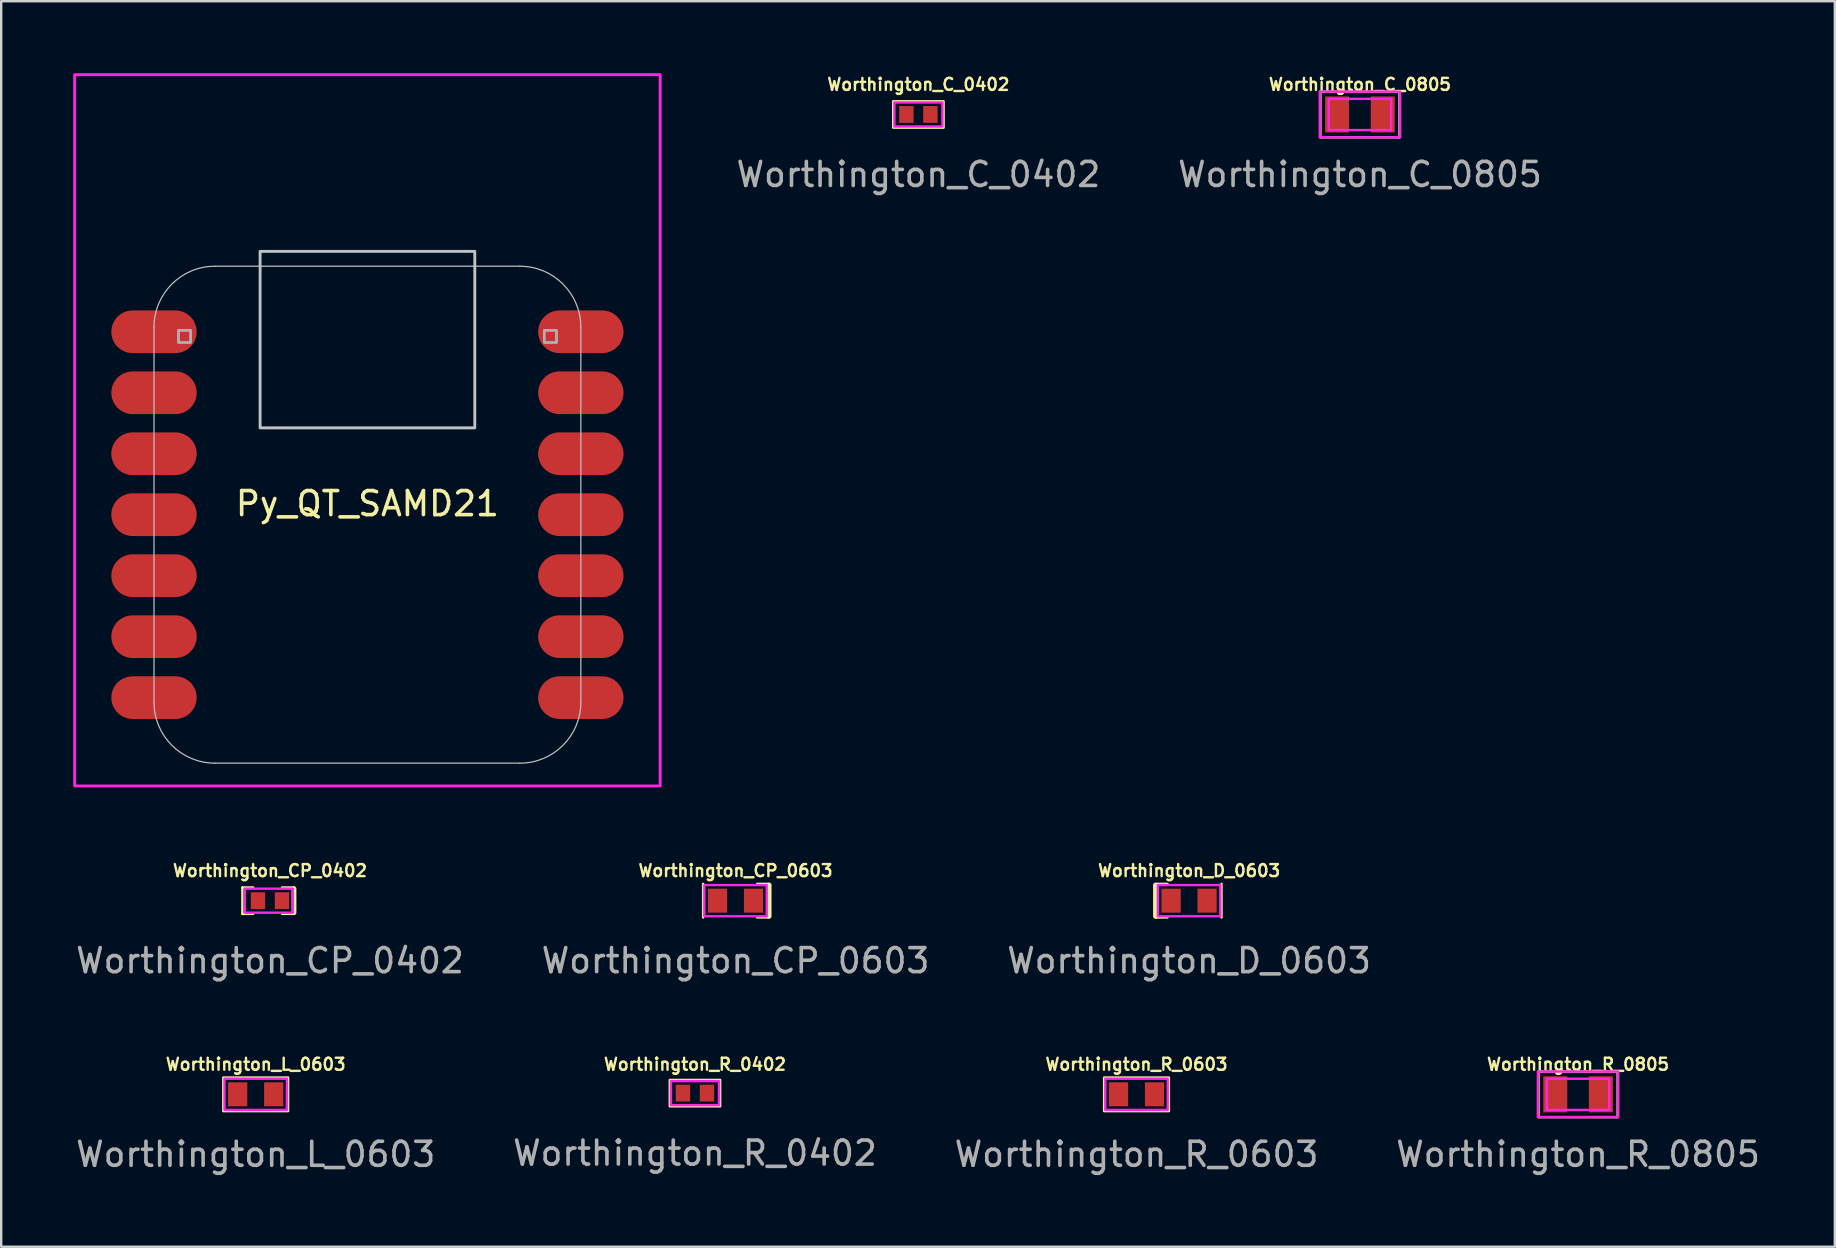
<source format=kicad_pcb>
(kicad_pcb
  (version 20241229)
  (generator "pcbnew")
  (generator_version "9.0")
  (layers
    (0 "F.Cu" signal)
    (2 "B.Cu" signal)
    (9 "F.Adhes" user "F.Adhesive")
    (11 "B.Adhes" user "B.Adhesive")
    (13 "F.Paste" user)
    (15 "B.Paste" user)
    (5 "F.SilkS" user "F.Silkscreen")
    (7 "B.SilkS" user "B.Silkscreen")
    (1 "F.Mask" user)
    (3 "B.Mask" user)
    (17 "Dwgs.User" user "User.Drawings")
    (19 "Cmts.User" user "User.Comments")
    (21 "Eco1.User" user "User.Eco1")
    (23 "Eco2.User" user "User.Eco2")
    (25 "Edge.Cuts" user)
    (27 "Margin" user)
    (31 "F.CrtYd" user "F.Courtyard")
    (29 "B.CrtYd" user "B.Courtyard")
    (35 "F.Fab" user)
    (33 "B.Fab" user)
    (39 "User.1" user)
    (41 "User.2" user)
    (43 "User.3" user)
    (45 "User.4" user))
  (footprint "Worthington_R_0603"
    (layer "F.Cu")
    (at 44.292 42.534)
    (property "Reference" "Worthington_R_0603" (at 0 -1.25 0) (unlocked yes) (layer "F.SilkS") (effects (font (size 0.5 0.5) (thickness 0.1))))
    (attr smd)
    (fp_rect (start -1.35 -0.7) (end 1.35 0.7) (stroke (width 0.1) (type solid)) (fill no) (layer "F.SilkS"))
    (fp_rect (start -1.3 -0.65) (end 1.3 0.65) (stroke (width 0.1) (type solid)) (fill no) (layer "F.CrtYd"))
    (fp_text user "${REFERENCE}" (at 0 2.5 0) (unlocked yes) (layer "F.Fab") (effects (font (size 1 1) (thickness 0.15))))
    (pad "1" smd rect (at -0.75 0) (size 0.8 1) (layers "F.Cu" "F.Mask" "F.Paste"))
    (pad "2" smd rect (at 0.75 0) (size 0.8 1) (layers "F.Cu" "F.Mask" "F.Paste")))
  (footprint "Worthington_C_0805"
    (layer "F.Cu")
    (at 53.599 1.718)
    (property "Reference" "Worthington_C_0805" (at 0 -1.25 0) (unlocked yes) (layer "F.SilkS") (effects (font (size 0.5 0.5) (thickness 0.1))))
    (attr smd)
    (fp_line (start -1.65 0.95) (end -1.65 -0.95) (stroke (width 0.1) (type solid)) (layer "F.SilkS"))
    (fp_line (start 1.65 -0.95) (end -1.65 -0.95) (stroke (width 0.1) (type default)) (layer "F.SilkS"))
    (fp_line (start 1.65 -0.95) (end 1.65 0.95) (stroke (width 0.1) (type default)) (layer "F.SilkS"))
    (fp_line (start 1.65 0.95) (end -1.65 0.95) (stroke (width 0.1) (type default)) (layer "F.SilkS"))
    (fp_rect (start -1.675 -0.95) (end 1.675 0.95) (stroke (width 0.1) (type solid)) (fill no) (layer "F.CrtYd"))
    (fp_rect (start -1.3 -0.65) (end 1.3 0.65) (stroke (width 0.1) (type solid)) (fill no) (layer "F.CrtYd"))
    (fp_text user "${REFERENCE}" (at 0 2.5 0) (unlocked yes) (layer "F.Fab") (effects (font (size 1 1) (thickness 0.15))))
    (pad "1" smd rect (at -0.95 0) (size 1 1.5) (layers "F.Cu" "F.Mask" "F.Paste"))
    (pad "2" smd rect (at 0.95 0) (size 1 1.5) (layers "F.Cu" "F.Mask" "F.Paste")))
  (footprint "Worthington_C_0402"
    (layer "F.Cu")
    (at 35.206 1.718)
    (property "Reference" "Worthington_C_0402" (at 0 -1.25 0) (unlocked yes) (layer "F.SilkS") (effects (font (size 0.5 0.5) (thickness 0.1))))
    (attr smd)
    (fp_rect (start -1.05 -0.55) (end 1.05 0.55) (stroke (width 0.1) (type solid)) (fill no) (layer "F.SilkS"))
    (fp_rect (start -1 -0.5) (end 1 0.5) (stroke (width 0.1) (type solid)) (fill no) (layer "F.CrtYd"))
    (fp_text user "${REFERENCE}" (at 0 2.5 0) (unlocked yes) (layer "F.Fab") (effects (font (size 1 1) (thickness 0.15))))
    (pad "1" smd rect (at -0.5 0) (size 0.6 0.7) (layers "F.Cu" "F.Mask" "F.Paste"))
    (pad "2" smd rect (at 0.5 0) (size 0.6 0.7) (layers "F.Cu" "F.Mask" "F.Paste")))
  (footprint "Worthington_CP_0402"
    (layer "F.Cu")
    (at 8.196 34.468)
    (property "Reference" "Worthington_CP_0402" (at 0 -1.25 0) (unlocked yes) (layer "F.SilkS") (effects (font (size 0.5 0.5) (thickness 0.1))))
    (attr smd)
    (fp_line (start -1.15 -0.55) (end -1.15 0.55) (stroke (width 0.1) (type default)) (layer "F.SilkS"))
    (fp_line (start -1.15 0.55) (end -0.7 0.55) (stroke (width 0.1) (type default)) (layer "F.SilkS"))
    (fp_line (start -0.7 -0.55) (end -1.15 -0.55) (stroke (width 0.1) (type default)) (layer "F.SilkS"))
    (fp_line (start 0.5 0.55) (end 1 0.55) (stroke (width 0.1) (type default)) (layer "F.SilkS"))
    (fp_line (start 1 -0.55) (end 0.5 -0.55) (stroke (width 0.1) (type default)) (layer "F.SilkS"))
    (fp_line (start 1 0.5) (end 1 -0.5) (stroke (width 0.2) (type solid)) (layer "F.SilkS"))
    (fp_rect (start -1.05 -0.5) (end 0.95 0.5) (stroke (width 0.1) (type solid)) (fill no) (layer "F.CrtYd"))
    (fp_text user "${REFERENCE}" (at 0 2.5 0) (unlocked yes) (layer "F.Fab") (effects (font (size 1 1) (thickness 0.15))))
    (pad "1" smd rect (at -0.5 0) (size 0.6 0.7) (layers "F.Cu" "F.Mask" "F.Paste"))
    (pad "2" smd rect (at 0.5 0) (size 0.6 0.7) (layers "F.Cu" "F.Mask" "F.Paste")))
  (footprint "Worthington_CP_0603"
    (layer "F.Cu")
    (at 27.589 34.468)
    (property "Reference" "Worthington_CP_0603" (at 0 -1.25 0) (unlocked yes) (layer "F.SilkS") (effects (font (size 0.5 0.5) (thickness 0.1))))
    (attr smd)
    (fp_line (start -1.35 -0.7) (end -1.35 0.7) (stroke (width 0.1) (type default)) (layer "F.SilkS"))
    (fp_line (start 0.9 0.7) (end 1.4 0.7) (stroke (width 0.1) (type default)) (layer "F.SilkS"))
    (fp_line (start 1.4 -0.7) (end 0.9 -0.7) (stroke (width 0.1) (type default)) (layer "F.SilkS"))
    (fp_line (start 1.4 0.65) (end 1.4 -0.65) (stroke (width 0.2) (type solid)) (layer "F.SilkS"))
    (fp_rect (start -1.3 -0.65) (end 1.3 0.65) (stroke (width 0.1) (type solid)) (fill no) (layer "F.CrtYd"))
    (fp_text user "${REFERENCE}" (at 0 2.5 0) (unlocked yes) (layer "F.Fab") (effects (font (size 1 1) (thickness 0.15))))
    (pad "1" smd rect (at -0.75 0) (size 0.8 1) (layers "F.Cu" "F.Mask" "F.Paste"))
    (pad "2" smd rect (at 0.75 0) (size 0.8 1) (layers "F.Cu" "F.Mask" "F.Paste")))
  (footprint "Worthington_L_0603"
    (layer "F.Cu")
    (at 7.601 42.534)
    (property "Reference" "Worthington_L_0603" (at 0 -1.25 0) (unlocked yes) (layer "F.SilkS") (effects (font (size 0.5 0.5) (thickness 0.1))))
    (attr smd)
    (fp_rect (start -1.35 -0.7) (end 1.35 0.7) (stroke (width 0.1) (type solid)) (fill no) (layer "F.SilkS"))
    (fp_rect (start -1.3 -0.65) (end 1.3 0.65) (stroke (width 0.1) (type solid)) (fill no) (layer "F.CrtYd"))
    (fp_text user "${REFERENCE}" (at 0 2.5 0) (unlocked yes) (layer "F.Fab") (effects (font (size 1 1) (thickness 0.15))))
    (pad "1" smd rect (at -0.75 0) (size 0.8 1) (layers "F.Cu" "F.Mask" "F.Paste"))
    (pad "2" smd rect (at 0.75 0) (size 0.8 1) (layers "F.Cu" "F.Mask" "F.Paste")))
  (footprint "Worthington_D_0603"
    (layer "F.Cu")
    (at 46.482 34.468)
    (property "Reference" "Worthington_D_0603" (at 0 -1.25 0) (unlocked yes) (layer "F.SilkS") (effects (font (size 0.5 0.5) (thickness 0.1))))
    (attr smd)
    (fp_line (start -1.4 -0.65) (end -1.4 0.65) (stroke (width 0.2) (type solid)) (layer "F.SilkS"))
    (fp_line (start -1.4 0.7) (end -0.9 0.7) (stroke (width 0.1) (type default)) (layer "F.SilkS"))
    (fp_line (start -0.9 -0.7) (end -1.4 -0.7) (stroke (width 0.1) (type default)) (layer "F.SilkS"))
    (fp_line (start 1.35 0.7) (end 1.35 -0.7) (stroke (width 0.1) (type default)) (layer "F.SilkS"))
    (fp_rect (start -1.3 -0.65) (end 1.3 0.65) (stroke (width 0.1) (type solid)) (fill no) (layer "F.CrtYd"))
    (fp_text user "${REFERENCE}" (at 0 2.5 0) (unlocked yes) (layer "F.Fab") (effects (font (size 1 1) (thickness 0.15))))
    (pad "1" smd rect (at -0.75 0) (size 0.8 1) (layers "F.Cu" "F.Mask" "F.Paste"))
    (pad "2" smd rect (at 0.75 0) (size 0.8 1) (layers "F.Cu" "F.Mask" "F.Paste")))
  (footprint "Worthington_R_0402"
    (layer "F.Cu")
    (at 25.899 42.484)
    (property "Reference" "Worthington_R_0402" (at 0 -1.2 0) (unlocked yes) (layer "F.SilkS") (effects (font (size 0.5 0.5) (thickness 0.1))))
    (attr smd)
    (fp_rect (start -1.05 -0.55) (end 1.05 0.55) (stroke (width 0.1) (type solid)) (fill no) (layer "F.SilkS"))
    (fp_rect (start -1 -0.5) (end 1 0.5) (stroke (width 0.1) (type solid)) (fill no) (layer "F.CrtYd"))
    (fp_text user "${REFERENCE}" (at 0 2.5 0) (unlocked yes) (layer "F.Fab") (effects (font (size 1 1) (thickness 0.15))))
    (pad "1" smd rect (at -0.5 0) (size 0.6 0.7) (layers "F.Cu" "F.Mask" "F.Paste"))
    (pad "2" smd rect (at 0.5 0) (size 0.6 0.7) (layers "F.Cu" "F.Mask" "F.Paste")))
  (footprint "Worthington_R_0805"
    (layer "F.Cu")
    (at 62.685 42.534)
    (property "Reference" "Worthington_R_0805" (at 0 -1.25 0) (unlocked yes) (layer "F.SilkS") (effects (font (size 0.5 0.5) (thickness 0.1))))
    (attr smd)
    (fp_rect (start -1.65 -0.95) (end 1.65 0.95) (stroke (width 0.1) (type solid)) (fill no) (layer "F.SilkS"))
    (fp_rect (start -1.675 -0.95) (end 1.675 0.95) (stroke (width 0.1) (type solid)) (fill no) (layer "F.CrtYd"))
    (fp_rect (start -1.3 -0.65) (end 1.3 0.65) (stroke (width 0.1) (type solid)) (fill no) (layer "F.CrtYd"))
    (fp_text user "${REFERENCE}" (at 0 2.5 0) (unlocked yes) (layer "F.Fab") (effects (font (size 1 1) (thickness 0.15))))
    (pad "1" smd rect (at -0.95 0) (size 1 1.5) (layers "F.Cu" "F.Mask" "F.Paste"))
    (pad "2" smd rect (at 0.95 0) (size 1 1.5) (layers "F.Cu" "F.Mask" "F.Paste")))
  (footprint "Py_QT_SAMD21"
    (layer "F.Cu")
    (at 12.255 18.43)
    (property "Reference" "Py_QT_SAMD21" (at 0 -0.5 0) (unlocked yes) (layer "F.SilkS") (effects (font (size 1 1) (thickness 0.15))))
    (fp_line (start -8.89 7.771) (end -8.89 -7.851) (stroke (width 0.05) (type solid)) (layer "Dwgs.User"))
    (fp_line (start -6.35 -10.39) (end 6.35 -10.39) (stroke (width 0.05) (type solid)) (layer "Dwgs.User"))
    (fp_line (start 6.35 10.31) (end -6.35 10.31) (stroke (width 0.05) (type solid)) (layer "Dwgs.User"))
    (fp_line (start 8.89 -7.851) (end 8.89 7.771) (stroke (width 0.05) (type solid)) (layer "Dwgs.User"))
    (fp_rect (start -4.47 -11.01) (end 4.473 -3.657) (stroke (width 0.12) (type default)) (fill no) (layer "Dwgs.User"))
    (fp_arc (start -8.89 -7.8505) (mid -8.146051 -9.646551) (end -6.35 -10.3905) (stroke (width 0.05) (type solid)) (layer "Dwgs.User"))
    (fp_arc (start -6.35 10.3105) (mid -8.146051 9.566551) (end -8.89 7.7705) (stroke (width 0.05) (type solid)) (layer "Dwgs.User"))
    (fp_arc (start 6.35 -10.3905) (mid 8.146051 -9.646551) (end 8.89 -7.8505) (stroke (width 0.05) (type solid)) (layer "Dwgs.User"))
    (fp_arc (start 8.89 7.7705) (mid 8.146051 9.566551) (end 6.35 10.3105) (stroke (width 0.05) (type solid)) (layer "Dwgs.User"))
    (fp_rect (start -12.195 -18.37) (end 12.195 11.26) (stroke (width 0.12) (type default)) (fill no) (layer "F.CrtYd"))
    (fp_poly (pts (xy -7.871 -7.213) (xy -7.363 -7.213) (xy -7.363 -7.721) (xy -7.871 -7.721)) (stroke (width 0.1) (type default)) (fill no) (layer "F.Fab"))
    (fp_poly (pts (xy -7.871 -7.213) (xy -7.363 -7.213) (xy -7.363 -7.721) (xy -7.871 -7.721)) (stroke (width 0.1) (type default)) (fill no) (layer "F.Fab"))
    (fp_poly (pts (xy 7.369 -7.213) (xy 7.877 -7.213) (xy 7.877 -7.721) (xy 7.369 -7.721)) (stroke (width 0.1) (type default)) (fill no) (layer "F.Fab"))
    (fp_poly (pts (xy 7.369 -7.213) (xy 7.877 -7.213) (xy 7.877 -7.721) (xy 7.369 -7.721)) (stroke (width 0.1) (type default)) (fill no) (layer "F.Fab"))
    (pad "1" smd oval (at -8.89 -7.66) (size 3.556 1.778) (layers "F.Cu" "F.Mask" "F.Paste"))
    (pad "2" smd oval (at -8.89 -5.12) (size 3.556 1.778) (layers "F.Cu" "F.Mask" "F.Paste"))
    (pad "3" smd oval (at -8.89 -2.58) (size 3.556 1.778) (layers "F.Cu" "F.Mask" "F.Paste"))
    (pad "4" smd oval (at -8.89 -0.04) (size 3.556 1.778) (layers "F.Cu" "F.Mask" "F.Paste"))
    (pad "5" smd oval (at -8.89 2.5) (size 3.556 1.778) (layers "F.Cu" "F.Mask" "F.Paste"))
    (pad "6" smd oval (at -8.89 5.04) (size 3.556 1.778) (layers "F.Cu" "F.Mask" "F.Paste"))
    (pad "7" smd oval (at -8.89 7.58) (size 3.556 1.778) (layers "F.Cu" "F.Mask" "F.Paste"))
    (pad "8" smd oval (at 8.89 7.58 180) (size 3.556 1.778) (layers "F.Cu" "F.Mask" "F.Paste"))
    (pad "9" smd oval (at 8.89 5.04 180) (size 3.556 1.778) (layers "F.Cu" "F.Mask" "F.Paste"))
    (pad "10" smd oval (at 8.89 2.5 180) (size 3.556 1.778) (layers "F.Cu" "F.Mask" "F.Paste"))
    (pad "11" smd oval (at 8.89 -0.04 180) (size 3.556 1.778) (layers "F.Cu" "F.Mask" "F.Paste"))
    (pad "12" smd oval (at 8.89 -2.58 180) (size 3.556 1.778) (layers "F.Cu" "F.Mask" "F.Paste"))
    (pad "13" smd oval (at 8.89 -5.12 180) (size 3.556 1.778) (layers "F.Cu" "F.Mask" "F.Paste"))
    (pad "14" smd oval (at 8.89 -7.66 180) (size 3.556 1.778) (layers "F.Cu" "F.Mask" "F.Paste")))
  (gr_rect
    (start -3 -3)
    (end 73.381 48.883)
    (stroke (width 0.1) (type default))
    (fill no)
    (layer "Edge.Cuts")))
</source>
